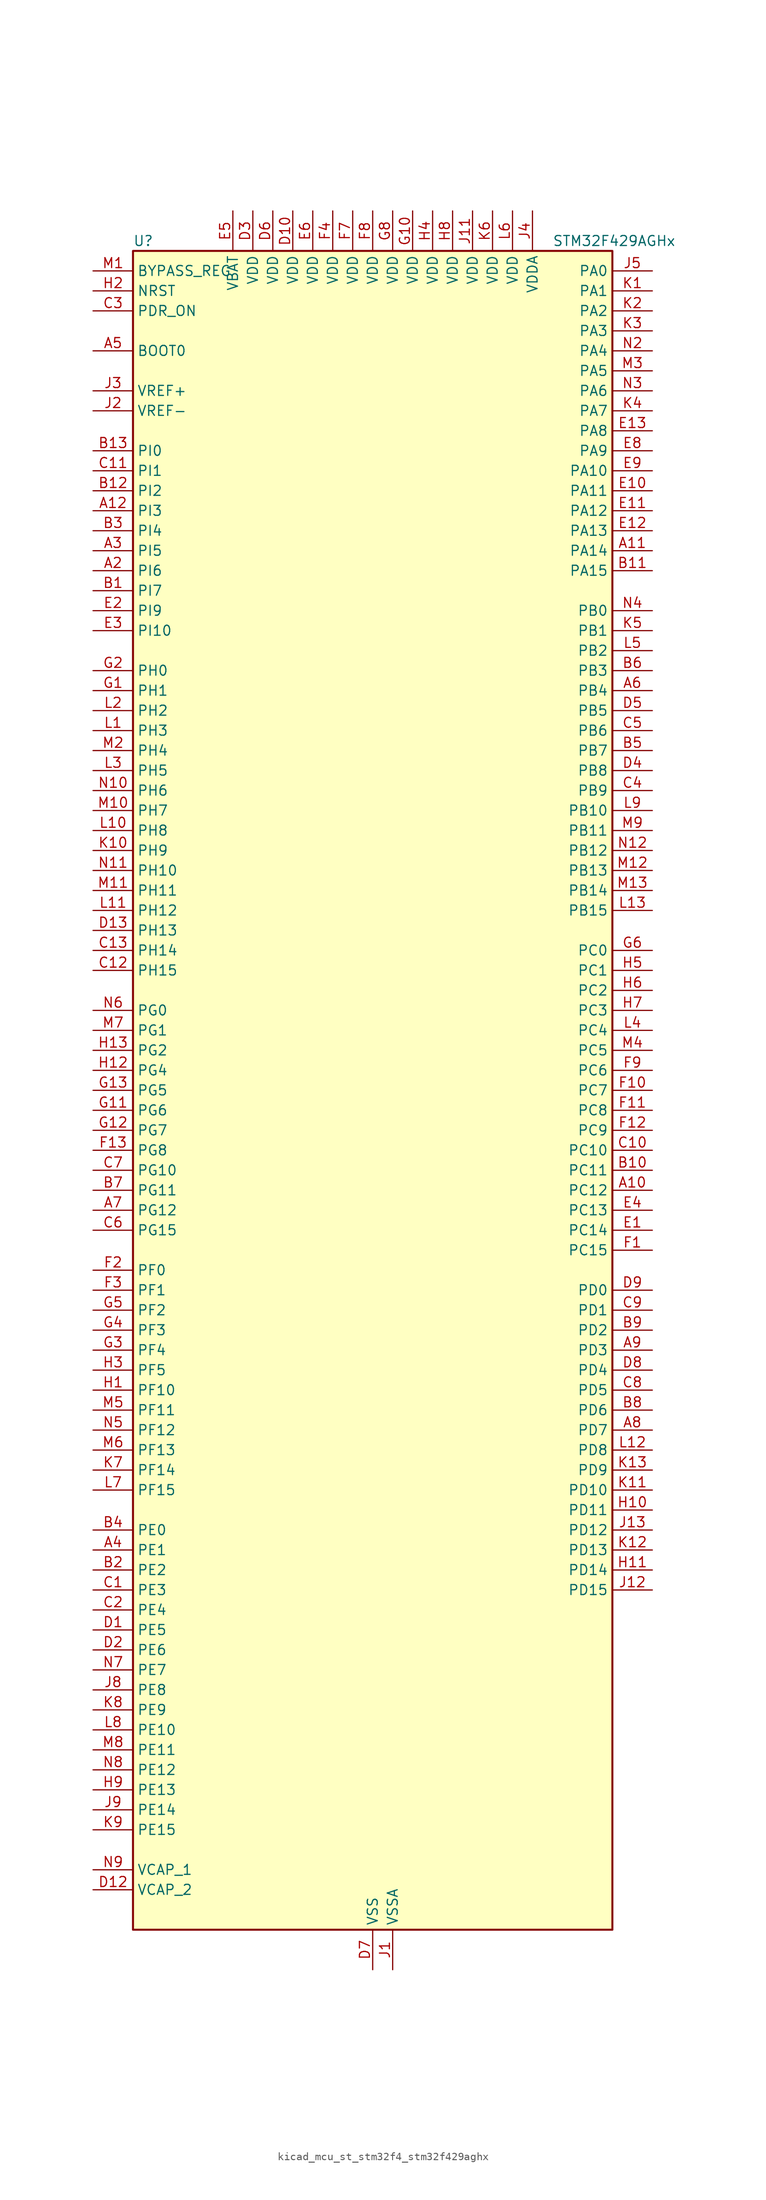
<source format=kicad_sym>
(kicad_symbol_lib
  (version 20220914)
  (generator kicad_symbol_editor)
  (symbol "kicad_mcu_st_stm32f4_stm32f429aghx"
    (property "Reference" "U"
      (at -30.48 107.95 0)
      (effects (font (size 1.27 1.27)) (justify left)))
    (property "Value" "STM32F429AGHx"
      (at 22.86 107.95 0)
      (effects (font (size 1.27 1.27)) (justify left)))
    (property "ki_locked" ""
      (at 0 0 0)
      (effects (font (size 1.27 1.27))))
    (symbol "kicad_mcu_st_stm32f4_stm32f429aghx_0_1"
      (rectangle (start -30.48 -106.68) (end 30.48 106.68) (stroke (width 0.254) (type default)) (fill (type background))))
    (symbol "kicad_mcu_st_stm32f4_stm32f429aghx_1_1"
      (pin no_connect line (at -30.48 -106.68 0) (length 5.08) hide (name "NC" (effects (font (size 1.27 1.27)))) (number "A1" (effects (font (size 1.27 1.27)))))
      (pin bidirectional line (at 35.56 -12.7 180) (length 5.08) (name "PC12" (effects (font (size 1.27 1.27)))) (number "A10" (effects (font (size 1.27 1.27)))) (alternate "DCMI_D9" bidirectional line) (alternate "I2S3_SD" bidirectional line) (alternate "SDIO_CK" bidirectional line) (alternate "SPI3_MOSI" bidirectional line) (alternate "UART5_TX" bidirectional line) (alternate "USART3_CK" bidirectional line))
      (pin bidirectional line (at 35.56 68.58 180) (length 5.08) (name "PA14" (effects (font (size 1.27 1.27)))) (number "A11" (effects (font (size 1.27 1.27)))) (alternate "SYS_JTCK-SWCLK" bidirectional line))
      (pin bidirectional line (at -35.56 73.66 0) (length 5.08) (name "PI3" (effects (font (size 1.27 1.27)))) (number "A12" (effects (font (size 1.27 1.27)))) (alternate "DCMI_D10" bidirectional line) (alternate "FMC_D27" bidirectional line) (alternate "I2S2_SD" bidirectional line) (alternate "SPI2_MOSI" bidirectional line) (alternate "TIM8_ETR" bidirectional line))
      (pin no_connect line (at -30.48 -104.14 0) (length 5.08) hide (name "NC" (effects (font (size 1.27 1.27)))) (number "A13" (effects (font (size 1.27 1.27)))))
      (pin bidirectional line (at -35.56 66.04 0) (length 5.08) (name "PI6" (effects (font (size 1.27 1.27)))) (number "A2" (effects (font (size 1.27 1.27)))) (alternate "DCMI_D6" bidirectional line) (alternate "FMC_D28" bidirectional line) (alternate "LTDC_B6" bidirectional line) (alternate "TIM8_CH2" bidirectional line))
      (pin bidirectional line (at -35.56 68.58 0) (length 5.08) (name "PI5" (effects (font (size 1.27 1.27)))) (number "A3" (effects (font (size 1.27 1.27)))) (alternate "DCMI_VSYNC" bidirectional line) (alternate "FMC_NBL3" bidirectional line) (alternate "LTDC_B5" bidirectional line) (alternate "TIM8_CH1" bidirectional line))
      (pin bidirectional line (at -35.56 -58.42 0) (length 5.08) (name "PE1" (effects (font (size 1.27 1.27)))) (number "A4" (effects (font (size 1.27 1.27)))) (alternate "DCMI_D3" bidirectional line) (alternate "FMC_NBL1" bidirectional line) (alternate "UART8_TX" bidirectional line))
      (pin input line (at -35.56 93.98 0) (length 5.08) (name "BOOT0" (effects (font (size 1.27 1.27)))) (number "A5" (effects (font (size 1.27 1.27)))))
      (pin bidirectional line (at 35.56 50.8 180) (length 5.08) (name "PB4" (effects (font (size 1.27 1.27)))) (number "A6" (effects (font (size 1.27 1.27)))) (alternate "I2S3_ext_SD" bidirectional line) (alternate "SPI1_MISO" bidirectional line) (alternate "SPI3_MISO" bidirectional line) (alternate "SYS_JTRST" bidirectional line) (alternate "TIM3_CH1" bidirectional line))
      (pin bidirectional line (at -35.56 -15.24 0) (length 5.08) (name "PG12" (effects (font (size 1.27 1.27)))) (number "A7" (effects (font (size 1.27 1.27)))) (alternate "FMC_NE4" bidirectional line) (alternate "LTDC_B1" bidirectional line) (alternate "LTDC_B4" bidirectional line) (alternate "USART6_RTS" bidirectional line))
      (pin bidirectional line (at 35.56 -43.18 180) (length 5.08) (name "PD7" (effects (font (size 1.27 1.27)))) (number "A8" (effects (font (size 1.27 1.27)))) (alternate "FMC_NCE2" bidirectional line) (alternate "FMC_NE1" bidirectional line) (alternate "USART2_CK" bidirectional line))
      (pin bidirectional line (at 35.56 -33.02 180) (length 5.08) (name "PD3" (effects (font (size 1.27 1.27)))) (number "A9" (effects (font (size 1.27 1.27)))) (alternate "DCMI_D5" bidirectional line) (alternate "FMC_CLK" bidirectional line) (alternate "I2S2_CK" bidirectional line) (alternate "LTDC_G7" bidirectional line) (alternate "SPI2_SCK" bidirectional line) (alternate "USART2_CTS" bidirectional line))
      (pin bidirectional line (at -35.56 63.5 0) (length 5.08) (name "PI7" (effects (font (size 1.27 1.27)))) (number "B1" (effects (font (size 1.27 1.27)))) (alternate "DCMI_D7" bidirectional line) (alternate "FMC_D29" bidirectional line) (alternate "LTDC_B7" bidirectional line) (alternate "TIM8_CH3" bidirectional line))
      (pin bidirectional line (at 35.56 -10.16 180) (length 5.08) (name "PC11" (effects (font (size 1.27 1.27)))) (number "B10" (effects (font (size 1.27 1.27)))) (alternate "ADC1_EXTI11" bidirectional line) (alternate "ADC2_EXTI11" bidirectional line) (alternate "ADC3_EXTI11" bidirectional line) (alternate "DCMI_D4" bidirectional line) (alternate "I2S3_ext_SD" bidirectional line) (alternate "SDIO_D3" bidirectional line) (alternate "SPI3_MISO" bidirectional line) (alternate "UART4_RX" bidirectional line) (alternate "USART3_RX" bidirectional line))
      (pin bidirectional line (at 35.56 66.04 180) (length 5.08) (name "PA15" (effects (font (size 1.27 1.27)))) (number "B11" (effects (font (size 1.27 1.27)))) (alternate "ADC1_EXTI15" bidirectional line) (alternate "ADC2_EXTI15" bidirectional line) (alternate "ADC3_EXTI15" bidirectional line) (alternate "I2S3_WS" bidirectional line) (alternate "SPI1_NSS" bidirectional line) (alternate "SPI3_NSS" bidirectional line) (alternate "SYS_JTDI" bidirectional line) (alternate "TIM2_CH1" bidirectional line) (alternate "TIM2_ETR" bidirectional line))
      (pin bidirectional line (at -35.56 76.2 0) (length 5.08) (name "PI2" (effects (font (size 1.27 1.27)))) (number "B12" (effects (font (size 1.27 1.27)))) (alternate "DCMI_D9" bidirectional line) (alternate "FMC_D26" bidirectional line) (alternate "I2S2_ext_SD" bidirectional line) (alternate "LTDC_G7" bidirectional line) (alternate "SPI2_MISO" bidirectional line) (alternate "TIM8_CH4" bidirectional line))
      (pin bidirectional line (at -35.56 81.28 0) (length 5.08) (name "PI0" (effects (font (size 1.27 1.27)))) (number "B13" (effects (font (size 1.27 1.27)))) (alternate "DCMI_D13" bidirectional line) (alternate "FMC_D24" bidirectional line) (alternate "I2S2_WS" bidirectional line) (alternate "LTDC_G5" bidirectional line) (alternate "SPI2_NSS" bidirectional line) (alternate "TIM5_CH4" bidirectional line))
      (pin bidirectional line (at -35.56 -60.96 0) (length 5.08) (name "PE2" (effects (font (size 1.27 1.27)))) (number "B2" (effects (font (size 1.27 1.27)))) (alternate "ETH_TXD3" bidirectional line) (alternate "FMC_A23" bidirectional line) (alternate "SAI1_MCLK_A" bidirectional line) (alternate "SPI4_SCK" bidirectional line) (alternate "SYS_TRACECLK" bidirectional line))
      (pin bidirectional line (at -35.56 71.12 0) (length 5.08) (name "PI4" (effects (font (size 1.27 1.27)))) (number "B3" (effects (font (size 1.27 1.27)))) (alternate "DCMI_D5" bidirectional line) (alternate "FMC_NBL2" bidirectional line) (alternate "LTDC_B4" bidirectional line) (alternate "TIM8_BKIN" bidirectional line))
      (pin bidirectional line (at -35.56 -55.88 0) (length 5.08) (name "PE0" (effects (font (size 1.27 1.27)))) (number "B4" (effects (font (size 1.27 1.27)))) (alternate "DCMI_D2" bidirectional line) (alternate "FMC_NBL0" bidirectional line) (alternate "TIM4_ETR" bidirectional line) (alternate "UART8_RX" bidirectional line))
      (pin bidirectional line (at 35.56 43.18 180) (length 5.08) (name "PB7" (effects (font (size 1.27 1.27)))) (number "B5" (effects (font (size 1.27 1.27)))) (alternate "DCMI_VSYNC" bidirectional line) (alternate "FMC_NL" bidirectional line) (alternate "I2C1_SDA" bidirectional line) (alternate "TIM4_CH2" bidirectional line) (alternate "USART1_RX" bidirectional line))
      (pin bidirectional line (at 35.56 53.34 180) (length 5.08) (name "PB3" (effects (font (size 1.27 1.27)))) (number "B6" (effects (font (size 1.27 1.27)))) (alternate "I2S3_CK" bidirectional line) (alternate "SPI1_SCK" bidirectional line) (alternate "SPI3_SCK" bidirectional line) (alternate "SYS_JTDO-SWO" bidirectional line) (alternate "TIM2_CH2" bidirectional line))
      (pin bidirectional line (at -35.56 -12.7 0) (length 5.08) (name "PG11" (effects (font (size 1.27 1.27)))) (number "B7" (effects (font (size 1.27 1.27)))) (alternate "ADC1_EXTI11" bidirectional line) (alternate "ADC2_EXTI11" bidirectional line) (alternate "ADC3_EXTI11" bidirectional line) (alternate "DCMI_D3" bidirectional line) (alternate "ETH_TX_EN" bidirectional line) (alternate "LTDC_B3" bidirectional line))
      (pin bidirectional line (at 35.56 -40.64 180) (length 5.08) (name "PD6" (effects (font (size 1.27 1.27)))) (number "B8" (effects (font (size 1.27 1.27)))) (alternate "DCMI_D10" bidirectional line) (alternate "FMC_NWAIT" bidirectional line) (alternate "I2S3_SD" bidirectional line) (alternate "LTDC_B2" bidirectional line) (alternate "SAI1_SD_A" bidirectional line) (alternate "SPI3_MOSI" bidirectional line) (alternate "USART2_RX" bidirectional line))
      (pin bidirectional line (at 35.56 -30.48 180) (length 5.08) (name "PD2" (effects (font (size 1.27 1.27)))) (number "B9" (effects (font (size 1.27 1.27)))) (alternate "DCMI_D11" bidirectional line) (alternate "SDIO_CMD" bidirectional line) (alternate "TIM3_ETR" bidirectional line) (alternate "UART5_RX" bidirectional line))
      (pin bidirectional line (at -35.56 -63.5 0) (length 5.08) (name "PE3" (effects (font (size 1.27 1.27)))) (number "C1" (effects (font (size 1.27 1.27)))) (alternate "FMC_A19" bidirectional line) (alternate "SAI1_SD_B" bidirectional line) (alternate "SYS_TRACED0" bidirectional line))
      (pin bidirectional line (at 35.56 -7.62 180) (length 5.08) (name "PC10" (effects (font (size 1.27 1.27)))) (number "C10" (effects (font (size 1.27 1.27)))) (alternate "DCMI_D8" bidirectional line) (alternate "I2S3_CK" bidirectional line) (alternate "LTDC_R2" bidirectional line) (alternate "SDIO_D2" bidirectional line) (alternate "SPI3_SCK" bidirectional line) (alternate "UART4_TX" bidirectional line) (alternate "USART3_TX" bidirectional line))
      (pin bidirectional line (at -35.56 78.74 0) (length 5.08) (name "PI1" (effects (font (size 1.27 1.27)))) (number "C11" (effects (font (size 1.27 1.27)))) (alternate "DCMI_D8" bidirectional line) (alternate "FMC_D25" bidirectional line) (alternate "I2S2_CK" bidirectional line) (alternate "LTDC_G6" bidirectional line) (alternate "SPI2_SCK" bidirectional line))
      (pin bidirectional line (at -35.56 15.24 0) (length 5.08) (name "PH15" (effects (font (size 1.27 1.27)))) (number "C12" (effects (font (size 1.27 1.27)))) (alternate "ADC1_EXTI15" bidirectional line) (alternate "ADC2_EXTI15" bidirectional line) (alternate "ADC3_EXTI15" bidirectional line) (alternate "DCMI_D11" bidirectional line) (alternate "FMC_D23" bidirectional line) (alternate "LTDC_G4" bidirectional line) (alternate "TIM8_CH3N" bidirectional line))
      (pin bidirectional line (at -35.56 17.78 0) (length 5.08) (name "PH14" (effects (font (size 1.27 1.27)))) (number "C13" (effects (font (size 1.27 1.27)))) (alternate "DCMI_D4" bidirectional line) (alternate "FMC_D22" bidirectional line) (alternate "LTDC_G3" bidirectional line) (alternate "TIM8_CH2N" bidirectional line))
      (pin bidirectional line (at -35.56 -66.04 0) (length 5.08) (name "PE4" (effects (font (size 1.27 1.27)))) (number "C2" (effects (font (size 1.27 1.27)))) (alternate "DCMI_D4" bidirectional line) (alternate "FMC_A20" bidirectional line) (alternate "LTDC_B0" bidirectional line) (alternate "SAI1_FS_A" bidirectional line) (alternate "SPI4_NSS" bidirectional line) (alternate "SYS_TRACED1" bidirectional line))
      (pin input line (at -35.56 99.06 0) (length 5.08) (name "PDR_ON" (effects (font (size 1.27 1.27)))) (number "C3" (effects (font (size 1.27 1.27)))))
      (pin bidirectional line (at 35.56 38.1 180) (length 5.08) (name "PB9" (effects (font (size 1.27 1.27)))) (number "C4" (effects (font (size 1.27 1.27)))) (alternate "CAN1_TX" bidirectional line) (alternate "DAC_EXTI9" bidirectional line) (alternate "DCMI_D7" bidirectional line) (alternate "I2C1_SDA" bidirectional line) (alternate "I2S2_WS" bidirectional line) (alternate "LTDC_B7" bidirectional line) (alternate "SDIO_D5" bidirectional line) (alternate "SPI2_NSS" bidirectional line) (alternate "TIM11_CH1" bidirectional line) (alternate "TIM4_CH4" bidirectional line))
      (pin bidirectional line (at 35.56 45.72 180) (length 5.08) (name "PB6" (effects (font (size 1.27 1.27)))) (number "C5" (effects (font (size 1.27 1.27)))) (alternate "CAN2_TX" bidirectional line) (alternate "DCMI_D5" bidirectional line) (alternate "FMC_SDNE1" bidirectional line) (alternate "I2C1_SCL" bidirectional line) (alternate "TIM4_CH1" bidirectional line) (alternate "USART1_TX" bidirectional line))
      (pin bidirectional line (at -35.56 -17.78 0) (length 5.08) (name "PG15" (effects (font (size 1.27 1.27)))) (number "C6" (effects (font (size 1.27 1.27)))) (alternate "ADC1_EXTI15" bidirectional line) (alternate "ADC2_EXTI15" bidirectional line) (alternate "ADC3_EXTI15" bidirectional line) (alternate "DCMI_D13" bidirectional line) (alternate "FMC_SDNCAS" bidirectional line) (alternate "USART6_CTS" bidirectional line))
      (pin bidirectional line (at -35.56 -10.16 0) (length 5.08) (name "PG10" (effects (font (size 1.27 1.27)))) (number "C7" (effects (font (size 1.27 1.27)))) (alternate "DCMI_D2" bidirectional line) (alternate "FMC_NE3" bidirectional line) (alternate "LTDC_B2" bidirectional line) (alternate "LTDC_G3" bidirectional line))
      (pin bidirectional line (at 35.56 -38.1 180) (length 5.08) (name "PD5" (effects (font (size 1.27 1.27)))) (number "C8" (effects (font (size 1.27 1.27)))) (alternate "FMC_NWE" bidirectional line) (alternate "USART2_TX" bidirectional line))
      (pin bidirectional line (at 35.56 -27.94 180) (length 5.08) (name "PD1" (effects (font (size 1.27 1.27)))) (number "C9" (effects (font (size 1.27 1.27)))) (alternate "CAN1_TX" bidirectional line) (alternate "FMC_D3" bidirectional line) (alternate "FMC_DA3" bidirectional line))
      (pin bidirectional line (at -35.56 -68.58 0) (length 5.08) (name "PE5" (effects (font (size 1.27 1.27)))) (number "D1" (effects (font (size 1.27 1.27)))) (alternate "DCMI_D6" bidirectional line) (alternate "FMC_A21" bidirectional line) (alternate "LTDC_G0" bidirectional line) (alternate "SAI1_SCK_A" bidirectional line) (alternate "SPI4_MISO" bidirectional line) (alternate "SYS_TRACED2" bidirectional line) (alternate "TIM9_CH1" bidirectional line))
      (pin power_in line (at -10.16 111.76 270) (length 5.08) (name "VDD" (effects (font (size 1.27 1.27)))) (number "D10" (effects (font (size 1.27 1.27)))))
      (pin passive line (at 0 -111.76 90) (length 5.08) hide (name "VSS" (effects (font (size 1.27 1.27)))) (number "D11" (effects (font (size 1.27 1.27)))))
      (pin power_out line (at -35.56 -101.6 0) (length 5.08) (name "VCAP_2" (effects (font (size 1.27 1.27)))) (number "D12" (effects (font (size 1.27 1.27)))))
      (pin bidirectional line (at -35.56 20.32 0) (length 5.08) (name "PH13" (effects (font (size 1.27 1.27)))) (number "D13" (effects (font (size 1.27 1.27)))) (alternate "CAN1_TX" bidirectional line) (alternate "FMC_D21" bidirectional line) (alternate "LTDC_G2" bidirectional line) (alternate "TIM8_CH1N" bidirectional line))
      (pin bidirectional line (at -35.56 -71.12 0) (length 5.08) (name "PE6" (effects (font (size 1.27 1.27)))) (number "D2" (effects (font (size 1.27 1.27)))) (alternate "DCMI_D7" bidirectional line) (alternate "FMC_A22" bidirectional line) (alternate "LTDC_G1" bidirectional line) (alternate "SAI1_SD_A" bidirectional line) (alternate "SPI4_MOSI" bidirectional line) (alternate "SYS_TRACED3" bidirectional line) (alternate "TIM9_CH2" bidirectional line))
      (pin power_in line (at -15.24 111.76 270) (length 5.08) (name "VDD" (effects (font (size 1.27 1.27)))) (number "D3" (effects (font (size 1.27 1.27)))))
      (pin bidirectional line (at 35.56 40.64 180) (length 5.08) (name "PB8" (effects (font (size 1.27 1.27)))) (number "D4" (effects (font (size 1.27 1.27)))) (alternate "CAN1_RX" bidirectional line) (alternate "DCMI_D6" bidirectional line) (alternate "ETH_TXD3" bidirectional line) (alternate "I2C1_SCL" bidirectional line) (alternate "LTDC_B6" bidirectional line) (alternate "SDIO_D4" bidirectional line) (alternate "TIM10_CH1" bidirectional line) (alternate "TIM4_CH3" bidirectional line))
      (pin bidirectional line (at 35.56 48.26 180) (length 5.08) (name "PB5" (effects (font (size 1.27 1.27)))) (number "D5" (effects (font (size 1.27 1.27)))) (alternate "CAN2_RX" bidirectional line) (alternate "DCMI_D10" bidirectional line) (alternate "ETH_PPS_OUT" bidirectional line) (alternate "FMC_SDCKE1" bidirectional line) (alternate "I2C1_SMBA" bidirectional line) (alternate "I2S3_SD" bidirectional line) (alternate "SPI1_MOSI" bidirectional line) (alternate "SPI3_MOSI" bidirectional line) (alternate "TIM3_CH2" bidirectional line) (alternate "USB_OTG_HS_ULPI_D7" bidirectional line))
      (pin power_in line (at -12.7 111.76 270) (length 5.08) (name "VDD" (effects (font (size 1.27 1.27)))) (number "D6" (effects (font (size 1.27 1.27)))))
      (pin power_in line (at 0 -111.76 90) (length 5.08) (name "VSS" (effects (font (size 1.27 1.27)))) (number "D7" (effects (font (size 1.27 1.27)))))
      (pin bidirectional line (at 35.56 -35.56 180) (length 5.08) (name "PD4" (effects (font (size 1.27 1.27)))) (number "D8" (effects (font (size 1.27 1.27)))) (alternate "FMC_NOE" bidirectional line) (alternate "USART2_RTS" bidirectional line))
      (pin bidirectional line (at 35.56 -25.4 180) (length 5.08) (name "PD0" (effects (font (size 1.27 1.27)))) (number "D9" (effects (font (size 1.27 1.27)))) (alternate "CAN1_RX" bidirectional line) (alternate "FMC_D2" bidirectional line) (alternate "FMC_DA2" bidirectional line))
      (pin bidirectional line (at 35.56 -17.78 180) (length 5.08) (name "PC14" (effects (font (size 1.27 1.27)))) (number "E1" (effects (font (size 1.27 1.27)))) (alternate "RCC_OSC32_IN" bidirectional line))
      (pin bidirectional line (at 35.56 76.2 180) (length 5.08) (name "PA11" (effects (font (size 1.27 1.27)))) (number "E10" (effects (font (size 1.27 1.27)))) (alternate "ADC1_EXTI11" bidirectional line) (alternate "ADC2_EXTI11" bidirectional line) (alternate "ADC3_EXTI11" bidirectional line) (alternate "CAN1_RX" bidirectional line) (alternate "LTDC_R4" bidirectional line) (alternate "TIM1_CH4" bidirectional line) (alternate "USART1_CTS" bidirectional line) (alternate "USB_OTG_FS_DM" bidirectional line))
      (pin bidirectional line (at 35.56 73.66 180) (length 5.08) (name "PA12" (effects (font (size 1.27 1.27)))) (number "E11" (effects (font (size 1.27 1.27)))) (alternate "CAN1_TX" bidirectional line) (alternate "LTDC_R5" bidirectional line) (alternate "TIM1_ETR" bidirectional line) (alternate "USART1_RTS" bidirectional line) (alternate "USB_OTG_FS_DP" bidirectional line))
      (pin bidirectional line (at 35.56 71.12 180) (length 5.08) (name "PA13" (effects (font (size 1.27 1.27)))) (number "E12" (effects (font (size 1.27 1.27)))) (alternate "SYS_JTMS-SWDIO" bidirectional line))
      (pin bidirectional line (at 35.56 83.82 180) (length 5.08) (name "PA8" (effects (font (size 1.27 1.27)))) (number "E13" (effects (font (size 1.27 1.27)))) (alternate "I2C3_SCL" bidirectional line) (alternate "LTDC_R6" bidirectional line) (alternate "RCC_MCO_1" bidirectional line) (alternate "TIM1_CH1" bidirectional line) (alternate "USART1_CK" bidirectional line) (alternate "USB_OTG_FS_SOF" bidirectional line))
      (pin bidirectional line (at -35.56 60.96 0) (length 5.08) (name "PI9" (effects (font (size 1.27 1.27)))) (number "E2" (effects (font (size 1.27 1.27)))) (alternate "CAN1_RX" bidirectional line) (alternate "DAC_EXTI9" bidirectional line) (alternate "FMC_D30" bidirectional line) (alternate "LTDC_VSYNC" bidirectional line))
      (pin bidirectional line (at -35.56 58.42 0) (length 5.08) (name "PI10" (effects (font (size 1.27 1.27)))) (number "E3" (effects (font (size 1.27 1.27)))) (alternate "ETH_RX_ER" bidirectional line) (alternate "FMC_D31" bidirectional line) (alternate "LTDC_HSYNC" bidirectional line))
      (pin bidirectional line (at 35.56 -15.24 180) (length 5.08) (name "PC13" (effects (font (size 1.27 1.27)))) (number "E4" (effects (font (size 1.27 1.27)))) (alternate "RTC_AF1" bidirectional line))
      (pin power_in line (at -17.78 111.76 270) (length 5.08) (name "VBAT" (effects (font (size 1.27 1.27)))) (number "E5" (effects (font (size 1.27 1.27)))))
      (pin power_in line (at -7.62 111.76 270) (length 5.08) (name "VDD" (effects (font (size 1.27 1.27)))) (number "E6" (effects (font (size 1.27 1.27)))))
      (pin passive line (at 0 -111.76 90) (length 5.08) hide (name "VSS" (effects (font (size 1.27 1.27)))) (number "E7" (effects (font (size 1.27 1.27)))))
      (pin bidirectional line (at 35.56 81.28 180) (length 5.08) (name "PA9" (effects (font (size 1.27 1.27)))) (number "E8" (effects (font (size 1.27 1.27)))) (alternate "DAC_EXTI9" bidirectional line) (alternate "DCMI_D0" bidirectional line) (alternate "I2C3_SMBA" bidirectional line) (alternate "TIM1_CH2" bidirectional line) (alternate "USART1_TX" bidirectional line) (alternate "USB_OTG_FS_VBUS" bidirectional line))
      (pin bidirectional line (at 35.56 78.74 180) (length 5.08) (name "PA10" (effects (font (size 1.27 1.27)))) (number "E9" (effects (font (size 1.27 1.27)))) (alternate "DCMI_D1" bidirectional line) (alternate "TIM1_CH3" bidirectional line) (alternate "USART1_RX" bidirectional line) (alternate "USB_OTG_FS_ID" bidirectional line))
      (pin bidirectional line (at 35.56 -20.32 180) (length 5.08) (name "PC15" (effects (font (size 1.27 1.27)))) (number "F1" (effects (font (size 1.27 1.27)))) (alternate "ADC1_EXTI15" bidirectional line) (alternate "ADC2_EXTI15" bidirectional line) (alternate "ADC3_EXTI15" bidirectional line) (alternate "RCC_OSC32_OUT" bidirectional line))
      (pin bidirectional line (at 35.56 0 180) (length 5.08) (name "PC7" (effects (font (size 1.27 1.27)))) (number "F10" (effects (font (size 1.27 1.27)))) (alternate "DCMI_D1" bidirectional line) (alternate "I2S3_MCK" bidirectional line) (alternate "LTDC_G6" bidirectional line) (alternate "SDIO_D7" bidirectional line) (alternate "TIM3_CH2" bidirectional line) (alternate "TIM8_CH2" bidirectional line) (alternate "USART6_RX" bidirectional line))
      (pin bidirectional line (at 35.56 -2.54 180) (length 5.08) (name "PC8" (effects (font (size 1.27 1.27)))) (number "F11" (effects (font (size 1.27 1.27)))) (alternate "DCMI_D2" bidirectional line) (alternate "SDIO_D0" bidirectional line) (alternate "TIM3_CH3" bidirectional line) (alternate "TIM8_CH3" bidirectional line) (alternate "USART6_CK" bidirectional line))
      (pin bidirectional line (at 35.56 -5.08 180) (length 5.08) (name "PC9" (effects (font (size 1.27 1.27)))) (number "F12" (effects (font (size 1.27 1.27)))) (alternate "DAC_EXTI9" bidirectional line) (alternate "DCMI_D3" bidirectional line) (alternate "I2C3_SDA" bidirectional line) (alternate "I2S_CKIN" bidirectional line) (alternate "RCC_MCO_2" bidirectional line) (alternate "SDIO_D1" bidirectional line) (alternate "TIM3_CH4" bidirectional line) (alternate "TIM8_CH4" bidirectional line))
      (pin bidirectional line (at -35.56 -7.62 0) (length 5.08) (name "PG8" (effects (font (size 1.27 1.27)))) (number "F13" (effects (font (size 1.27 1.27)))) (alternate "ETH_PPS_OUT" bidirectional line) (alternate "FMC_SDCLK" bidirectional line) (alternate "USART6_RTS" bidirectional line))
      (pin bidirectional line (at -35.56 -22.86 0) (length 5.08) (name "PF0" (effects (font (size 1.27 1.27)))) (number "F2" (effects (font (size 1.27 1.27)))) (alternate "FMC_A0" bidirectional line) (alternate "I2C2_SDA" bidirectional line))
      (pin bidirectional line (at -35.56 -25.4 0) (length 5.08) (name "PF1" (effects (font (size 1.27 1.27)))) (number "F3" (effects (font (size 1.27 1.27)))) (alternate "FMC_A1" bidirectional line) (alternate "I2C2_SCL" bidirectional line))
      (pin power_in line (at -5.08 111.76 270) (length 5.08) (name "VDD" (effects (font (size 1.27 1.27)))) (number "F4" (effects (font (size 1.27 1.27)))))
      (pin passive line (at 0 -111.76 90) (length 5.08) hide (name "VSS" (effects (font (size 1.27 1.27)))) (number "F5" (effects (font (size 1.27 1.27)))))
      (pin passive line (at 0 -111.76 90) (length 5.08) hide (name "VSS" (effects (font (size 1.27 1.27)))) (number "F6" (effects (font (size 1.27 1.27)))))
      (pin power_in line (at -2.54 111.76 270) (length 5.08) (name "VDD" (effects (font (size 1.27 1.27)))) (number "F7" (effects (font (size 1.27 1.27)))))
      (pin power_in line (at 0 111.76 270) (length 5.08) (name "VDD" (effects (font (size 1.27 1.27)))) (number "F8" (effects (font (size 1.27 1.27)))))
      (pin bidirectional line (at 35.56 2.54 180) (length 5.08) (name "PC6" (effects (font (size 1.27 1.27)))) (number "F9" (effects (font (size 1.27 1.27)))) (alternate "DCMI_D0" bidirectional line) (alternate "I2S2_MCK" bidirectional line) (alternate "LTDC_HSYNC" bidirectional line) (alternate "SDIO_D6" bidirectional line) (alternate "TIM3_CH1" bidirectional line) (alternate "TIM8_CH1" bidirectional line) (alternate "USART6_TX" bidirectional line))
      (pin bidirectional line (at -35.56 50.8 0) (length 5.08) (name "PH1" (effects (font (size 1.27 1.27)))) (number "G1" (effects (font (size 1.27 1.27)))) (alternate "RCC_OSC_OUT" bidirectional line))
      (pin power_in line (at 5.08 111.76 270) (length 5.08) (name "VDD" (effects (font (size 1.27 1.27)))) (number "G10" (effects (font (size 1.27 1.27)))))
      (pin bidirectional line (at -35.56 -2.54 0) (length 5.08) (name "PG6" (effects (font (size 1.27 1.27)))) (number "G11" (effects (font (size 1.27 1.27)))) (alternate "DCMI_D12" bidirectional line) (alternate "FMC_INT2" bidirectional line) (alternate "LTDC_R7" bidirectional line))
      (pin bidirectional line (at -35.56 -5.08 0) (length 5.08) (name "PG7" (effects (font (size 1.27 1.27)))) (number "G12" (effects (font (size 1.27 1.27)))) (alternate "DCMI_D13" bidirectional line) (alternate "LTDC_CLK" bidirectional line) (alternate "USART6_CK" bidirectional line))
      (pin bidirectional line (at -35.56 0 0) (length 5.08) (name "PG5" (effects (font (size 1.27 1.27)))) (number "G13" (effects (font (size 1.27 1.27)))) (alternate "FMC_A15" bidirectional line) (alternate "FMC_BA1" bidirectional line))
      (pin bidirectional line (at -35.56 53.34 0) (length 5.08) (name "PH0" (effects (font (size 1.27 1.27)))) (number "G2" (effects (font (size 1.27 1.27)))) (alternate "RCC_OSC_IN" bidirectional line))
      (pin bidirectional line (at -35.56 -33.02 0) (length 5.08) (name "PF4" (effects (font (size 1.27 1.27)))) (number "G3" (effects (font (size 1.27 1.27)))) (alternate "ADC3_IN14" bidirectional line) (alternate "FMC_A4" bidirectional line))
      (pin bidirectional line (at -35.56 -30.48 0) (length 5.08) (name "PF3" (effects (font (size 1.27 1.27)))) (number "G4" (effects (font (size 1.27 1.27)))) (alternate "ADC3_IN9" bidirectional line) (alternate "FMC_A3" bidirectional line))
      (pin bidirectional line (at -35.56 -27.94 0) (length 5.08) (name "PF2" (effects (font (size 1.27 1.27)))) (number "G5" (effects (font (size 1.27 1.27)))) (alternate "FMC_A2" bidirectional line) (alternate "I2C2_SMBA" bidirectional line))
      (pin bidirectional line (at 35.56 17.78 180) (length 5.08) (name "PC0" (effects (font (size 1.27 1.27)))) (number "G6" (effects (font (size 1.27 1.27)))) (alternate "ADC1_IN10" bidirectional line) (alternate "ADC2_IN10" bidirectional line) (alternate "ADC3_IN10" bidirectional line) (alternate "FMC_SDNWE" bidirectional line) (alternate "USB_OTG_HS_ULPI_STP" bidirectional line))
      (pin passive line (at 0 -111.76 90) (length 5.08) hide (name "VSS" (effects (font (size 1.27 1.27)))) (number "G7" (effects (font (size 1.27 1.27)))))
      (pin power_in line (at 2.54 111.76 270) (length 5.08) (name "VDD" (effects (font (size 1.27 1.27)))) (number "G8" (effects (font (size 1.27 1.27)))))
      (pin passive line (at 0 -111.76 90) (length 5.08) hide (name "VSS" (effects (font (size 1.27 1.27)))) (number "G9" (effects (font (size 1.27 1.27)))))
      (pin bidirectional line (at -35.56 -38.1 0) (length 5.08) (name "PF10" (effects (font (size 1.27 1.27)))) (number "H1" (effects (font (size 1.27 1.27)))) (alternate "ADC3_IN8" bidirectional line) (alternate "DCMI_D11" bidirectional line) (alternate "LTDC_DE" bidirectional line))
      (pin bidirectional line (at 35.56 -53.34 180) (length 5.08) (name "PD11" (effects (font (size 1.27 1.27)))) (number "H10" (effects (font (size 1.27 1.27)))) (alternate "ADC1_EXTI11" bidirectional line) (alternate "ADC2_EXTI11" bidirectional line) (alternate "ADC3_EXTI11" bidirectional line) (alternate "FMC_A16" bidirectional line) (alternate "FMC_CLE" bidirectional line) (alternate "USART3_CTS" bidirectional line))
      (pin bidirectional line (at 35.56 -60.96 180) (length 5.08) (name "PD14" (effects (font (size 1.27 1.27)))) (number "H11" (effects (font (size 1.27 1.27)))) (alternate "FMC_D0" bidirectional line) (alternate "FMC_DA0" bidirectional line) (alternate "TIM4_CH3" bidirectional line))
      (pin bidirectional line (at -35.56 2.54 0) (length 5.08) (name "PG4" (effects (font (size 1.27 1.27)))) (number "H12" (effects (font (size 1.27 1.27)))) (alternate "FMC_A14" bidirectional line) (alternate "FMC_BA0" bidirectional line))
      (pin bidirectional line (at -35.56 5.08 0) (length 5.08) (name "PG2" (effects (font (size 1.27 1.27)))) (number "H13" (effects (font (size 1.27 1.27)))) (alternate "FMC_A12" bidirectional line))
      (pin input line (at -35.56 101.6 0) (length 5.08) (name "NRST" (effects (font (size 1.27 1.27)))) (number "H2" (effects (font (size 1.27 1.27)))))
      (pin bidirectional line (at -35.56 -35.56 0) (length 5.08) (name "PF5" (effects (font (size 1.27 1.27)))) (number "H3" (effects (font (size 1.27 1.27)))) (alternate "ADC3_IN15" bidirectional line) (alternate "FMC_A5" bidirectional line))
      (pin power_in line (at 7.62 111.76 270) (length 5.08) (name "VDD" (effects (font (size 1.27 1.27)))) (number "H4" (effects (font (size 1.27 1.27)))))
      (pin bidirectional line (at 35.56 15.24 180) (length 5.08) (name "PC1" (effects (font (size 1.27 1.27)))) (number "H5" (effects (font (size 1.27 1.27)))) (alternate "ADC1_IN11" bidirectional line) (alternate "ADC2_IN11" bidirectional line) (alternate "ADC3_IN11" bidirectional line) (alternate "ETH_MDC" bidirectional line))
      (pin bidirectional line (at 35.56 12.7 180) (length 5.08) (name "PC2" (effects (font (size 1.27 1.27)))) (number "H6" (effects (font (size 1.27 1.27)))) (alternate "ADC1_IN12" bidirectional line) (alternate "ADC2_IN12" bidirectional line) (alternate "ADC3_IN12" bidirectional line) (alternate "ETH_TXD2" bidirectional line) (alternate "FMC_SDNE0" bidirectional line) (alternate "I2S2_ext_SD" bidirectional line) (alternate "SPI2_MISO" bidirectional line) (alternate "USB_OTG_HS_ULPI_DIR" bidirectional line))
      (pin bidirectional line (at 35.56 10.16 180) (length 5.08) (name "PC3" (effects (font (size 1.27 1.27)))) (number "H7" (effects (font (size 1.27 1.27)))) (alternate "ADC1_IN13" bidirectional line) (alternate "ADC2_IN13" bidirectional line) (alternate "ADC3_IN13" bidirectional line) (alternate "ETH_TX_CLK" bidirectional line) (alternate "FMC_SDCKE0" bidirectional line) (alternate "I2S2_SD" bidirectional line) (alternate "SPI2_MOSI" bidirectional line) (alternate "USB_OTG_HS_ULPI_NXT" bidirectional line))
      (pin power_in line (at 10.16 111.76 270) (length 5.08) (name "VDD" (effects (font (size 1.27 1.27)))) (number "H8" (effects (font (size 1.27 1.27)))))
      (pin bidirectional line (at -35.56 -88.9 0) (length 5.08) (name "PE13" (effects (font (size 1.27 1.27)))) (number "H9" (effects (font (size 1.27 1.27)))) (alternate "FMC_D10" bidirectional line) (alternate "FMC_DA10" bidirectional line) (alternate "LTDC_DE" bidirectional line) (alternate "SPI4_MISO" bidirectional line) (alternate "TIM1_CH3" bidirectional line))
      (pin power_in line (at 2.54 -111.76 90) (length 5.08) (name "VSSA" (effects (font (size 1.27 1.27)))) (number "J1" (effects (font (size 1.27 1.27)))))
      (pin passive line (at 0 -111.76 90) (length 5.08) hide (name "VSS" (effects (font (size 1.27 1.27)))) (number "J10" (effects (font (size 1.27 1.27)))))
      (pin power_in line (at 12.7 111.76 270) (length 5.08) (name "VDD" (effects (font (size 1.27 1.27)))) (number "J11" (effects (font (size 1.27 1.27)))))
      (pin bidirectional line (at 35.56 -63.5 180) (length 5.08) (name "PD15" (effects (font (size 1.27 1.27)))) (number "J12" (effects (font (size 1.27 1.27)))) (alternate "ADC1_EXTI15" bidirectional line) (alternate "ADC2_EXTI15" bidirectional line) (alternate "ADC3_EXTI15" bidirectional line) (alternate "FMC_D1" bidirectional line) (alternate "FMC_DA1" bidirectional line) (alternate "TIM4_CH4" bidirectional line))
      (pin bidirectional line (at 35.56 -55.88 180) (length 5.08) (name "PD12" (effects (font (size 1.27 1.27)))) (number "J13" (effects (font (size 1.27 1.27)))) (alternate "FMC_A17" bidirectional line) (alternate "FMC_ALE" bidirectional line) (alternate "TIM4_CH1" bidirectional line) (alternate "USART3_RTS" bidirectional line))
      (pin input line (at -35.56 86.36 0) (length 5.08) (name "VREF-" (effects (font (size 1.27 1.27)))) (number "J2" (effects (font (size 1.27 1.27)))))
      (pin input line (at -35.56 88.9 0) (length 5.08) (name "VREF+" (effects (font (size 1.27 1.27)))) (number "J3" (effects (font (size 1.27 1.27)))))
      (pin power_in line (at 20.32 111.76 270) (length 5.08) (name "VDDA" (effects (font (size 1.27 1.27)))) (number "J4" (effects (font (size 1.27 1.27)))))
      (pin bidirectional line (at 35.56 104.14 180) (length 5.08) (name "PA0" (effects (font (size 1.27 1.27)))) (number "J5" (effects (font (size 1.27 1.27)))) (alternate "ADC1_IN0" bidirectional line) (alternate "ADC2_IN0" bidirectional line) (alternate "ADC3_IN0" bidirectional line) (alternate "ETH_CRS" bidirectional line) (alternate "SYS_WKUP" bidirectional line) (alternate "TIM2_CH1" bidirectional line) (alternate "TIM2_ETR" bidirectional line) (alternate "TIM5_CH1" bidirectional line) (alternate "TIM8_ETR" bidirectional line) (alternate "UART4_TX" bidirectional line) (alternate "USART2_CTS" bidirectional line))
      (pin passive line (at 0 -111.76 90) (length 5.08) hide (name "VSS" (effects (font (size 1.27 1.27)))) (number "J6" (effects (font (size 1.27 1.27)))))
      (pin passive line (at 0 -111.76 90) (length 5.08) hide (name "VSS" (effects (font (size 1.27 1.27)))) (number "J7" (effects (font (size 1.27 1.27)))))
      (pin bidirectional line (at -35.56 -76.2 0) (length 5.08) (name "PE8" (effects (font (size 1.27 1.27)))) (number "J8" (effects (font (size 1.27 1.27)))) (alternate "FMC_D5" bidirectional line) (alternate "FMC_DA5" bidirectional line) (alternate "TIM1_CH1N" bidirectional line) (alternate "UART7_TX" bidirectional line))
      (pin bidirectional line (at -35.56 -91.44 0) (length 5.08) (name "PE14" (effects (font (size 1.27 1.27)))) (number "J9" (effects (font (size 1.27 1.27)))) (alternate "FMC_D11" bidirectional line) (alternate "FMC_DA11" bidirectional line) (alternate "LTDC_CLK" bidirectional line) (alternate "SPI4_MOSI" bidirectional line) (alternate "TIM1_CH4" bidirectional line))
      (pin bidirectional line (at 35.56 101.6 180) (length 5.08) (name "PA1" (effects (font (size 1.27 1.27)))) (number "K1" (effects (font (size 1.27 1.27)))) (alternate "ADC1_IN1" bidirectional line) (alternate "ADC2_IN1" bidirectional line) (alternate "ADC3_IN1" bidirectional line) (alternate "ETH_REF_CLK" bidirectional line) (alternate "ETH_RX_CLK" bidirectional line) (alternate "TIM2_CH2" bidirectional line) (alternate "TIM5_CH2" bidirectional line) (alternate "UART4_RX" bidirectional line) (alternate "USART2_RTS" bidirectional line))
      (pin bidirectional line (at -35.56 30.48 0) (length 5.08) (name "PH9" (effects (font (size 1.27 1.27)))) (number "K10" (effects (font (size 1.27 1.27)))) (alternate "DAC_EXTI9" bidirectional line) (alternate "DCMI_D0" bidirectional line) (alternate "FMC_D17" bidirectional line) (alternate "I2C3_SMBA" bidirectional line) (alternate "LTDC_R3" bidirectional line) (alternate "TIM12_CH2" bidirectional line))
      (pin bidirectional line (at 35.56 -50.8 180) (length 5.08) (name "PD10" (effects (font (size 1.27 1.27)))) (number "K11" (effects (font (size 1.27 1.27)))) (alternate "FMC_D15" bidirectional line) (alternate "FMC_DA15" bidirectional line) (alternate "LTDC_B3" bidirectional line) (alternate "USART3_CK" bidirectional line))
      (pin bidirectional line (at 35.56 -58.42 180) (length 5.08) (name "PD13" (effects (font (size 1.27 1.27)))) (number "K12" (effects (font (size 1.27 1.27)))) (alternate "FMC_A18" bidirectional line) (alternate "TIM4_CH2" bidirectional line))
      (pin bidirectional line (at 35.56 -48.26 180) (length 5.08) (name "PD9" (effects (font (size 1.27 1.27)))) (number "K13" (effects (font (size 1.27 1.27)))) (alternate "DAC_EXTI9" bidirectional line) (alternate "FMC_D14" bidirectional line) (alternate "FMC_DA14" bidirectional line) (alternate "USART3_RX" bidirectional line))
      (pin bidirectional line (at 35.56 99.06 180) (length 5.08) (name "PA2" (effects (font (size 1.27 1.27)))) (number "K2" (effects (font (size 1.27 1.27)))) (alternate "ADC1_IN2" bidirectional line) (alternate "ADC2_IN2" bidirectional line) (alternate "ADC3_IN2" bidirectional line) (alternate "ETH_MDIO" bidirectional line) (alternate "TIM2_CH3" bidirectional line) (alternate "TIM5_CH3" bidirectional line) (alternate "TIM9_CH1" bidirectional line) (alternate "USART2_TX" bidirectional line))
      (pin bidirectional line (at 35.56 96.52 180) (length 5.08) (name "PA3" (effects (font (size 1.27 1.27)))) (number "K3" (effects (font (size 1.27 1.27)))) (alternate "ADC1_IN3" bidirectional line) (alternate "ADC2_IN3" bidirectional line) (alternate "ADC3_IN3" bidirectional line) (alternate "ETH_COL" bidirectional line) (alternate "LTDC_B5" bidirectional line) (alternate "TIM2_CH4" bidirectional line) (alternate "TIM5_CH4" bidirectional line) (alternate "TIM9_CH2" bidirectional line) (alternate "USART2_RX" bidirectional line) (alternate "USB_OTG_HS_ULPI_D0" bidirectional line))
      (pin bidirectional line (at 35.56 86.36 180) (length 5.08) (name "PA7" (effects (font (size 1.27 1.27)))) (number "K4" (effects (font (size 1.27 1.27)))) (alternate "ADC1_IN7" bidirectional line) (alternate "ADC2_IN7" bidirectional line) (alternate "ETH_CRS_DV" bidirectional line) (alternate "ETH_RX_DV" bidirectional line) (alternate "SPI1_MOSI" bidirectional line) (alternate "TIM14_CH1" bidirectional line) (alternate "TIM1_CH1N" bidirectional line) (alternate "TIM3_CH2" bidirectional line) (alternate "TIM8_CH1N" bidirectional line))
      (pin bidirectional line (at 35.56 58.42 180) (length 5.08) (name "PB1" (effects (font (size 1.27 1.27)))) (number "K5" (effects (font (size 1.27 1.27)))) (alternate "ADC1_IN9" bidirectional line) (alternate "ADC2_IN9" bidirectional line) (alternate "ETH_RXD3" bidirectional line) (alternate "LTDC_R6" bidirectional line) (alternate "TIM1_CH3N" bidirectional line) (alternate "TIM3_CH4" bidirectional line) (alternate "TIM8_CH3N" bidirectional line) (alternate "USB_OTG_HS_ULPI_D2" bidirectional line))
      (pin power_in line (at 15.24 111.76 270) (length 5.08) (name "VDD" (effects (font (size 1.27 1.27)))) (number "K6" (effects (font (size 1.27 1.27)))))
      (pin bidirectional line (at -35.56 -48.26 0) (length 5.08) (name "PF14" (effects (font (size 1.27 1.27)))) (number "K7" (effects (font (size 1.27 1.27)))) (alternate "FMC_A8" bidirectional line))
      (pin bidirectional line (at -35.56 -78.74 0) (length 5.08) (name "PE9" (effects (font (size 1.27 1.27)))) (number "K8" (effects (font (size 1.27 1.27)))) (alternate "DAC_EXTI9" bidirectional line) (alternate "FMC_D6" bidirectional line) (alternate "FMC_DA6" bidirectional line) (alternate "TIM1_CH1" bidirectional line))
      (pin bidirectional line (at -35.56 -93.98 0) (length 5.08) (name "PE15" (effects (font (size 1.27 1.27)))) (number "K9" (effects (font (size 1.27 1.27)))) (alternate "ADC1_EXTI15" bidirectional line) (alternate "ADC2_EXTI15" bidirectional line) (alternate "ADC3_EXTI15" bidirectional line) (alternate "FMC_D12" bidirectional line) (alternate "FMC_DA12" bidirectional line) (alternate "LTDC_R7" bidirectional line) (alternate "TIM1_BKIN" bidirectional line))
      (pin bidirectional line (at -35.56 45.72 0) (length 5.08) (name "PH3" (effects (font (size 1.27 1.27)))) (number "L1" (effects (font (size 1.27 1.27)))) (alternate "ETH_COL" bidirectional line) (alternate "FMC_SDNE0" bidirectional line) (alternate "LTDC_R1" bidirectional line))
      (pin bidirectional line (at -35.56 33.02 0) (length 5.08) (name "PH8" (effects (font (size 1.27 1.27)))) (number "L10" (effects (font (size 1.27 1.27)))) (alternate "DCMI_HSYNC" bidirectional line) (alternate "FMC_D16" bidirectional line) (alternate "I2C3_SDA" bidirectional line) (alternate "LTDC_R2" bidirectional line))
      (pin bidirectional line (at -35.56 22.86 0) (length 5.08) (name "PH12" (effects (font (size 1.27 1.27)))) (number "L11" (effects (font (size 1.27 1.27)))) (alternate "DCMI_D3" bidirectional line) (alternate "FMC_D20" bidirectional line) (alternate "LTDC_R6" bidirectional line) (alternate "TIM5_CH3" bidirectional line))
      (pin bidirectional line (at 35.56 -45.72 180) (length 5.08) (name "PD8" (effects (font (size 1.27 1.27)))) (number "L12" (effects (font (size 1.27 1.27)))) (alternate "FMC_D13" bidirectional line) (alternate "FMC_DA13" bidirectional line) (alternate "USART3_TX" bidirectional line))
      (pin bidirectional line (at 35.56 22.86 180) (length 5.08) (name "PB15" (effects (font (size 1.27 1.27)))) (number "L13" (effects (font (size 1.27 1.27)))) (alternate "ADC1_EXTI15" bidirectional line) (alternate "ADC2_EXTI15" bidirectional line) (alternate "ADC3_EXTI15" bidirectional line) (alternate "I2S2_SD" bidirectional line) (alternate "RTC_REFIN" bidirectional line) (alternate "SPI2_MOSI" bidirectional line) (alternate "TIM12_CH2" bidirectional line) (alternate "TIM1_CH3N" bidirectional line) (alternate "TIM8_CH3N" bidirectional line) (alternate "USB_OTG_HS_DP" bidirectional line))
      (pin bidirectional line (at -35.56 48.26 0) (length 5.08) (name "PH2" (effects (font (size 1.27 1.27)))) (number "L2" (effects (font (size 1.27 1.27)))) (alternate "ETH_CRS" bidirectional line) (alternate "FMC_SDCKE0" bidirectional line) (alternate "LTDC_R0" bidirectional line))
      (pin bidirectional line (at -35.56 40.64 0) (length 5.08) (name "PH5" (effects (font (size 1.27 1.27)))) (number "L3" (effects (font (size 1.27 1.27)))) (alternate "FMC_SDNWE" bidirectional line) (alternate "I2C2_SDA" bidirectional line) (alternate "SPI5_NSS" bidirectional line))
      (pin bidirectional line (at 35.56 7.62 180) (length 5.08) (name "PC4" (effects (font (size 1.27 1.27)))) (number "L4" (effects (font (size 1.27 1.27)))) (alternate "ADC1_IN14" bidirectional line) (alternate "ADC2_IN14" bidirectional line) (alternate "ETH_RXD0" bidirectional line))
      (pin bidirectional line (at 35.56 55.88 180) (length 5.08) (name "PB2" (effects (font (size 1.27 1.27)))) (number "L5" (effects (font (size 1.27 1.27)))))
      (pin power_in line (at 17.78 111.76 270) (length 5.08) (name "VDD" (effects (font (size 1.27 1.27)))) (number "L6" (effects (font (size 1.27 1.27)))))
      (pin bidirectional line (at -35.56 -50.8 0) (length 5.08) (name "PF15" (effects (font (size 1.27 1.27)))) (number "L7" (effects (font (size 1.27 1.27)))) (alternate "ADC1_EXTI15" bidirectional line) (alternate "ADC2_EXTI15" bidirectional line) (alternate "ADC3_EXTI15" bidirectional line) (alternate "FMC_A9" bidirectional line))
      (pin bidirectional line (at -35.56 -81.28 0) (length 5.08) (name "PE10" (effects (font (size 1.27 1.27)))) (number "L8" (effects (font (size 1.27 1.27)))) (alternate "FMC_D7" bidirectional line) (alternate "FMC_DA7" bidirectional line) (alternate "TIM1_CH2N" bidirectional line))
      (pin bidirectional line (at 35.56 35.56 180) (length 5.08) (name "PB10" (effects (font (size 1.27 1.27)))) (number "L9" (effects (font (size 1.27 1.27)))) (alternate "ETH_RX_ER" bidirectional line) (alternate "I2C2_SCL" bidirectional line) (alternate "I2S2_CK" bidirectional line) (alternate "LTDC_G4" bidirectional line) (alternate "SPI2_SCK" bidirectional line) (alternate "TIM2_CH3" bidirectional line) (alternate "USART3_TX" bidirectional line) (alternate "USB_OTG_HS_ULPI_D3" bidirectional line))
      (pin input line (at -35.56 104.14 0) (length 5.08) (name "BYPASS_REG" (effects (font (size 1.27 1.27)))) (number "M1" (effects (font (size 1.27 1.27)))))
      (pin bidirectional line (at -35.56 35.56 0) (length 5.08) (name "PH7" (effects (font (size 1.27 1.27)))) (number "M10" (effects (font (size 1.27 1.27)))) (alternate "DCMI_D9" bidirectional line) (alternate "ETH_RXD3" bidirectional line) (alternate "FMC_SDCKE1" bidirectional line) (alternate "I2C3_SCL" bidirectional line) (alternate "SPI5_MISO" bidirectional line))
      (pin bidirectional line (at -35.56 25.4 0) (length 5.08) (name "PH11" (effects (font (size 1.27 1.27)))) (number "M11" (effects (font (size 1.27 1.27)))) (alternate "ADC1_EXTI11" bidirectional line) (alternate "ADC2_EXTI11" bidirectional line) (alternate "ADC3_EXTI11" bidirectional line) (alternate "DCMI_D2" bidirectional line) (alternate "FMC_D19" bidirectional line) (alternate "LTDC_R5" bidirectional line) (alternate "TIM5_CH2" bidirectional line))
      (pin bidirectional line (at 35.56 27.94 180) (length 5.08) (name "PB13" (effects (font (size 1.27 1.27)))) (number "M12" (effects (font (size 1.27 1.27)))) (alternate "CAN2_TX" bidirectional line) (alternate "ETH_TXD1" bidirectional line) (alternate "I2S2_CK" bidirectional line) (alternate "SPI2_SCK" bidirectional line) (alternate "TIM1_CH1N" bidirectional line) (alternate "USART3_CTS" bidirectional line) (alternate "USB_OTG_HS_ULPI_D6" bidirectional line) (alternate "USB_OTG_HS_VBUS" bidirectional line))
      (pin bidirectional line (at 35.56 25.4 180) (length 5.08) (name "PB14" (effects (font (size 1.27 1.27)))) (number "M13" (effects (font (size 1.27 1.27)))) (alternate "I2S2_ext_SD" bidirectional line) (alternate "SPI2_MISO" bidirectional line) (alternate "TIM12_CH1" bidirectional line) (alternate "TIM1_CH2N" bidirectional line) (alternate "TIM8_CH2N" bidirectional line) (alternate "USART3_RTS" bidirectional line) (alternate "USB_OTG_HS_DM" bidirectional line))
      (pin bidirectional line (at -35.56 43.18 0) (length 5.08) (name "PH4" (effects (font (size 1.27 1.27)))) (number "M2" (effects (font (size 1.27 1.27)))) (alternate "I2C2_SCL" bidirectional line) (alternate "USB_OTG_HS_ULPI_NXT" bidirectional line))
      (pin bidirectional line (at 35.56 91.44 180) (length 5.08) (name "PA5" (effects (font (size 1.27 1.27)))) (number "M3" (effects (font (size 1.27 1.27)))) (alternate "ADC1_IN5" bidirectional line) (alternate "ADC2_IN5" bidirectional line) (alternate "DAC_OUT2" bidirectional line) (alternate "SPI1_SCK" bidirectional line) (alternate "TIM2_CH1" bidirectional line) (alternate "TIM2_ETR" bidirectional line) (alternate "TIM8_CH1N" bidirectional line) (alternate "USB_OTG_HS_ULPI_CK" bidirectional line))
      (pin bidirectional line (at 35.56 5.08 180) (length 5.08) (name "PC5" (effects (font (size 1.27 1.27)))) (number "M4" (effects (font (size 1.27 1.27)))) (alternate "ADC1_IN15" bidirectional line) (alternate "ADC2_IN15" bidirectional line) (alternate "ETH_RXD1" bidirectional line))
      (pin bidirectional line (at -35.56 -40.64 0) (length 5.08) (name "PF11" (effects (font (size 1.27 1.27)))) (number "M5" (effects (font (size 1.27 1.27)))) (alternate "ADC1_EXTI11" bidirectional line) (alternate "ADC2_EXTI11" bidirectional line) (alternate "ADC3_EXTI11" bidirectional line) (alternate "DCMI_D12" bidirectional line) (alternate "FMC_SDNRAS" bidirectional line) (alternate "SPI5_MOSI" bidirectional line))
      (pin bidirectional line (at -35.56 -45.72 0) (length 5.08) (name "PF13" (effects (font (size 1.27 1.27)))) (number "M6" (effects (font (size 1.27 1.27)))) (alternate "FMC_A7" bidirectional line))
      (pin bidirectional line (at -35.56 7.62 0) (length 5.08) (name "PG1" (effects (font (size 1.27 1.27)))) (number "M7" (effects (font (size 1.27 1.27)))) (alternate "FMC_A11" bidirectional line))
      (pin bidirectional line (at -35.56 -83.82 0) (length 5.08) (name "PE11" (effects (font (size 1.27 1.27)))) (number "M8" (effects (font (size 1.27 1.27)))) (alternate "ADC1_EXTI11" bidirectional line) (alternate "ADC2_EXTI11" bidirectional line) (alternate "ADC3_EXTI11" bidirectional line) (alternate "FMC_D8" bidirectional line) (alternate "FMC_DA8" bidirectional line) (alternate "LTDC_G3" bidirectional line) (alternate "SPI4_NSS" bidirectional line) (alternate "TIM1_CH2" bidirectional line))
      (pin bidirectional line (at 35.56 33.02 180) (length 5.08) (name "PB11" (effects (font (size 1.27 1.27)))) (number "M9" (effects (font (size 1.27 1.27)))) (alternate "ADC1_EXTI11" bidirectional line) (alternate "ADC2_EXTI11" bidirectional line) (alternate "ADC3_EXTI11" bidirectional line) (alternate "ETH_TX_EN" bidirectional line) (alternate "I2C2_SDA" bidirectional line) (alternate "LTDC_G5" bidirectional line) (alternate "TIM2_CH4" bidirectional line) (alternate "USART3_RX" bidirectional line) (alternate "USB_OTG_HS_ULPI_D4" bidirectional line))
      (pin no_connect line (at -30.48 -101.6 0) (length 5.08) hide (name "NC" (effects (font (size 1.27 1.27)))) (number "N1" (effects (font (size 1.27 1.27)))))
      (pin bidirectional line (at -35.56 38.1 0) (length 5.08) (name "PH6" (effects (font (size 1.27 1.27)))) (number "N10" (effects (font (size 1.27 1.27)))) (alternate "DCMI_D8" bidirectional line) (alternate "ETH_RXD2" bidirectional line) (alternate "FMC_SDNE1" bidirectional line) (alternate "I2C2_SMBA" bidirectional line) (alternate "SPI5_SCK" bidirectional line) (alternate "TIM12_CH1" bidirectional line))
      (pin bidirectional line (at -35.56 27.94 0) (length 5.08) (name "PH10" (effects (font (size 1.27 1.27)))) (number "N11" (effects (font (size 1.27 1.27)))) (alternate "DCMI_D1" bidirectional line) (alternate "FMC_D18" bidirectional line) (alternate "LTDC_R4" bidirectional line) (alternate "TIM5_CH1" bidirectional line))
      (pin bidirectional line (at 35.56 30.48 180) (length 5.08) (name "PB12" (effects (font (size 1.27 1.27)))) (number "N12" (effects (font (size 1.27 1.27)))) (alternate "CAN2_RX" bidirectional line) (alternate "ETH_TXD0" bidirectional line) (alternate "I2C2_SMBA" bidirectional line) (alternate "I2S2_WS" bidirectional line) (alternate "SPI2_NSS" bidirectional line) (alternate "TIM1_BKIN" bidirectional line) (alternate "USART3_CK" bidirectional line) (alternate "USB_OTG_HS_ID" bidirectional line) (alternate "USB_OTG_HS_ULPI_D5" bidirectional line))
      (pin no_connect line (at -30.48 -99.06 0) (length 5.08) hide (name "NC" (effects (font (size 1.27 1.27)))) (number "N13" (effects (font (size 1.27 1.27)))))
      (pin bidirectional line (at 35.56 93.98 180) (length 5.08) (name "PA4" (effects (font (size 1.27 1.27)))) (number "N2" (effects (font (size 1.27 1.27)))) (alternate "ADC1_IN4" bidirectional line) (alternate "ADC2_IN4" bidirectional line) (alternate "DAC_OUT1" bidirectional line) (alternate "DCMI_HSYNC" bidirectional line) (alternate "I2S3_WS" bidirectional line) (alternate "LTDC_VSYNC" bidirectional line) (alternate "SPI1_NSS" bidirectional line) (alternate "SPI3_NSS" bidirectional line) (alternate "USART2_CK" bidirectional line) (alternate "USB_OTG_HS_SOF" bidirectional line))
      (pin bidirectional line (at 35.56 88.9 180) (length 5.08) (name "PA6" (effects (font (size 1.27 1.27)))) (number "N3" (effects (font (size 1.27 1.27)))) (alternate "ADC1_IN6" bidirectional line) (alternate "ADC2_IN6" bidirectional line) (alternate "DCMI_PIXCLK" bidirectional line) (alternate "LTDC_G2" bidirectional line) (alternate "SPI1_MISO" bidirectional line) (alternate "TIM13_CH1" bidirectional line) (alternate "TIM1_BKIN" bidirectional line) (alternate "TIM3_CH1" bidirectional line) (alternate "TIM8_BKIN" bidirectional line))
      (pin bidirectional line (at 35.56 60.96 180) (length 5.08) (name "PB0" (effects (font (size 1.27 1.27)))) (number "N4" (effects (font (size 1.27 1.27)))) (alternate "ADC1_IN8" bidirectional line) (alternate "ADC2_IN8" bidirectional line) (alternate "ETH_RXD2" bidirectional line) (alternate "LTDC_R3" bidirectional line) (alternate "TIM1_CH2N" bidirectional line) (alternate "TIM3_CH3" bidirectional line) (alternate "TIM8_CH2N" bidirectional line) (alternate "USB_OTG_HS_ULPI_D1" bidirectional line))
      (pin bidirectional line (at -35.56 -43.18 0) (length 5.08) (name "PF12" (effects (font (size 1.27 1.27)))) (number "N5" (effects (font (size 1.27 1.27)))) (alternate "FMC_A6" bidirectional line))
      (pin bidirectional line (at -35.56 10.16 0) (length 5.08) (name "PG0" (effects (font (size 1.27 1.27)))) (number "N6" (effects (font (size 1.27 1.27)))) (alternate "FMC_A10" bidirectional line))
      (pin bidirectional line (at -35.56 -73.66 0) (length 5.08) (name "PE7" (effects (font (size 1.27 1.27)))) (number "N7" (effects (font (size 1.27 1.27)))) (alternate "FMC_D4" bidirectional line) (alternate "FMC_DA4" bidirectional line) (alternate "TIM1_ETR" bidirectional line) (alternate "UART7_RX" bidirectional line))
      (pin bidirectional line (at -35.56 -86.36 0) (length 5.08) (name "PE12" (effects (font (size 1.27 1.27)))) (number "N8" (effects (font (size 1.27 1.27)))) (alternate "FMC_D9" bidirectional line) (alternate "FMC_DA9" bidirectional line) (alternate "LTDC_B4" bidirectional line) (alternate "SPI4_SCK" bidirectional line) (alternate "TIM1_CH3N" bidirectional line))
      (pin power_out line (at -35.56 -99.06 0) (length 5.08) (name "VCAP_1" (effects (font (size 1.27 1.27)))) (number "N9" (effects (font (size 1.27 1.27))))))))
</source>
